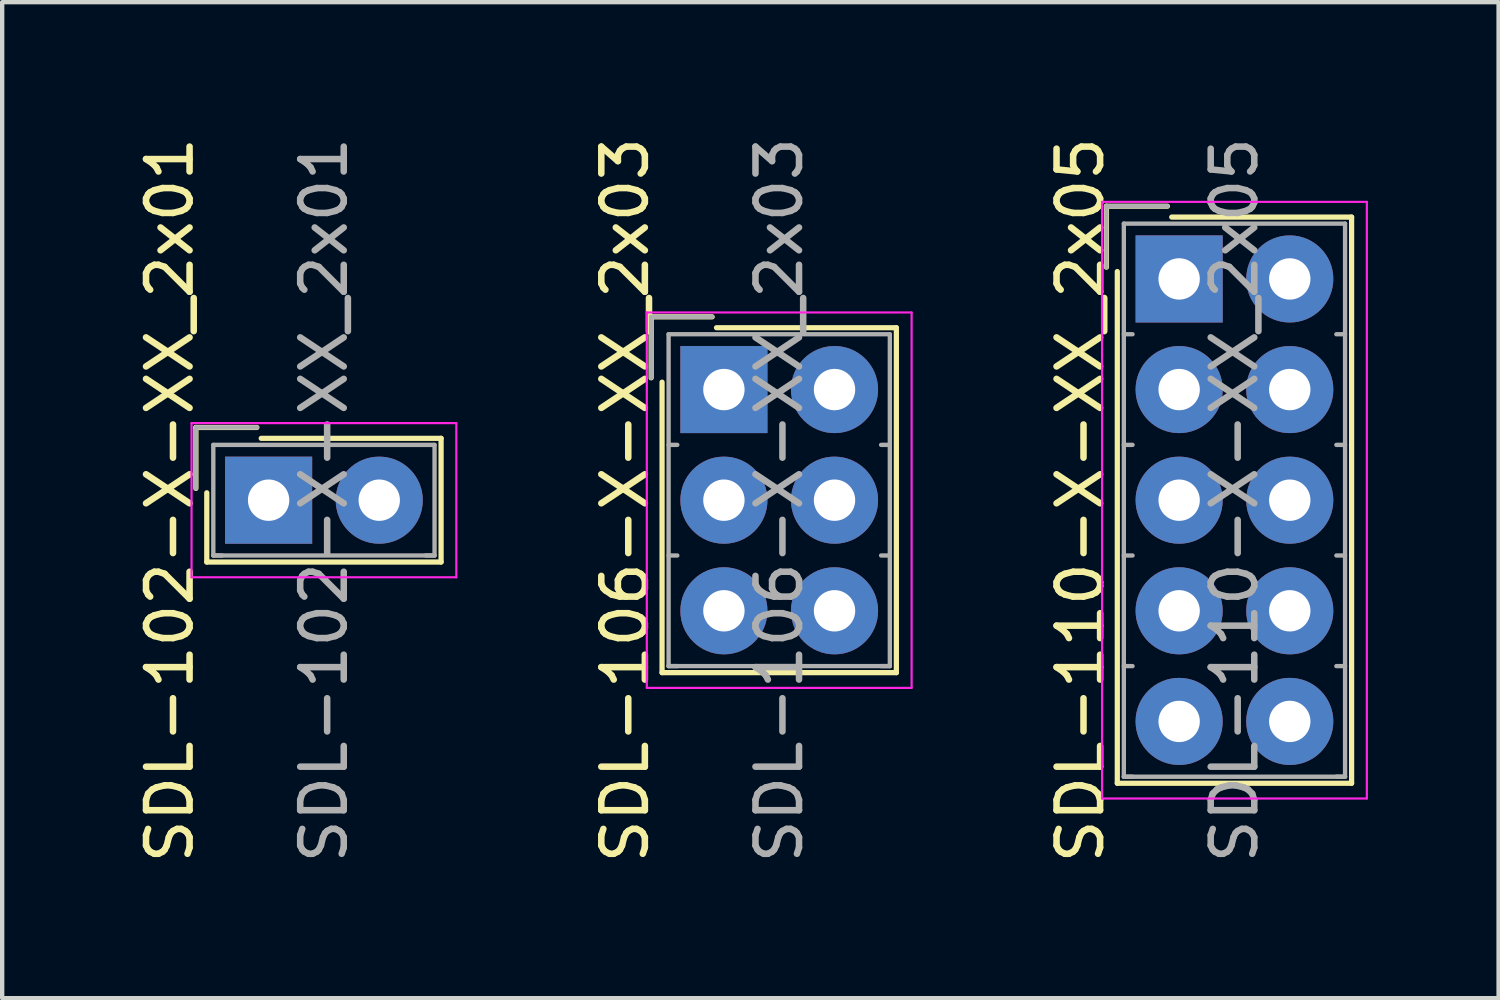
<source format=kicad_pcb>
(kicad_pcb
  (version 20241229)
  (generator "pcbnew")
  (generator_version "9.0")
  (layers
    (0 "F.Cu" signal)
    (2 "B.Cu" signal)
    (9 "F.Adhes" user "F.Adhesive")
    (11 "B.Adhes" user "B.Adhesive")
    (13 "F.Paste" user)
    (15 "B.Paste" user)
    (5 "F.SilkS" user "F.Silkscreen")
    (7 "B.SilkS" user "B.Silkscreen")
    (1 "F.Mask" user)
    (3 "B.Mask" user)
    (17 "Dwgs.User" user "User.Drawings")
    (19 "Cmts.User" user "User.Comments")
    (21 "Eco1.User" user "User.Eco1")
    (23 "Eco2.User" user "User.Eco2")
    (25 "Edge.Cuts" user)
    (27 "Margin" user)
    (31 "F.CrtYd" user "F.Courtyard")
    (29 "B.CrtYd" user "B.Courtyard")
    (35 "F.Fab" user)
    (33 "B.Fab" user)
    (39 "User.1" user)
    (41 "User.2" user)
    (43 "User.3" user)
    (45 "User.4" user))
  (footprint "SDL-110-X-XX_2x05"
    (layer "F.Cu")
    (at 24.025 3.355)
    (property "Reference" "SDL-110-X-XX_2x05" (at -2.27 5.08 90) (layer "F.SilkS") (effects (font (size 1 1) (thickness 0.15))))
    (attr through_hole)
    (fp_line (start -1.67 -1.67) (end -1.67 -0.27) (stroke (width 0.12) (type solid)) (layer "F.SilkS"))
    (fp_line (start -1.42 11.58) (end -1.42 -0.17) (stroke (width 0.12) (type solid)) (layer "F.SilkS"))
    (fp_line (start -0.27 -1.67) (end -1.67 -1.67) (stroke (width 0.12) (type solid)) (layer "F.SilkS"))
    (fp_line (start -0.17 -1.42) (end 3.96 -1.42) (stroke (width 0.12) (type solid)) (layer "F.SilkS"))
    (fp_line (start 3.96 -1.42) (end 3.96 11.58) (stroke (width 0.12) (type solid)) (layer "F.SilkS"))
    (fp_line (start 3.96 11.58) (end -1.42 11.58) (stroke (width 0.12) (type solid)) (layer "F.SilkS"))
    (fp_line (start -1.77 -1.77) (end -1.77 11.93) (stroke (width 0.05) (type solid)) (layer "F.CrtYd"))
    (fp_line (start -1.77 11.93) (end 4.31 11.93) (stroke (width 0.05) (type solid)) (layer "F.CrtYd"))
    (fp_line (start 4.31 -1.77) (end -1.77 -1.77) (stroke (width 0.05) (type solid)) (layer "F.CrtYd"))
    (fp_line (start 4.31 11.93) (end 4.31 -1.77) (stroke (width 0.05) (type solid)) (layer "F.CrtYd"))
    (fp_line (start -1.67 -1.67) (end -1.67 -0.27) (stroke (width 0.1) (type solid)) (layer "F.Fab"))
    (fp_line (start -1.27 -1.27) (end -1.27 11.43) (stroke (width 0.1) (type solid)) (layer "F.Fab"))
    (fp_line (start -1.27 1.27) (end -1.07 1.27) (stroke (width 0.1) (type solid)) (layer "F.Fab"))
    (fp_line (start -1.27 3.81) (end -1.07 3.81) (stroke (width 0.1) (type solid)) (layer "F.Fab"))
    (fp_line (start -1.27 6.35) (end -1.07 6.35) (stroke (width 0.1) (type solid)) (layer "F.Fab"))
    (fp_line (start -1.27 8.89) (end -1.07 8.89) (stroke (width 0.1) (type solid)) (layer "F.Fab"))
    (fp_line (start -1.27 11.43) (end -1.07 11.43) (stroke (width 0.1) (type solid)) (layer "F.Fab"))
    (fp_line (start -1.27 11.43) (end 3.81 11.43) (stroke (width 0.1) (type solid)) (layer "F.Fab"))
    (fp_line (start -0.27 -1.67) (end -1.67 -1.67) (stroke (width 0.1) (type solid)) (layer "F.Fab"))
    (fp_line (start 3.81 -1.27) (end -1.27 -1.27) (stroke (width 0.1) (type solid)) (layer "F.Fab"))
    (fp_line (start 3.81 1.27) (end 3.61 1.27) (stroke (width 0.1) (type solid)) (layer "F.Fab"))
    (fp_line (start 3.81 3.81) (end 3.61 3.81) (stroke (width 0.1) (type solid)) (layer "F.Fab"))
    (fp_line (start 3.81 6.35) (end 3.61 6.35) (stroke (width 0.1) (type solid)) (layer "F.Fab"))
    (fp_line (start 3.81 8.89) (end 3.61 8.89) (stroke (width 0.1) (type solid)) (layer "F.Fab"))
    (fp_line (start 3.81 11.43) (end 3.61 11.43) (stroke (width 0.1) (type solid)) (layer "F.Fab"))
    (fp_line (start 3.81 11.43) (end 3.81 -1.27) (stroke (width 0.1) (type solid)) (layer "F.Fab"))
    (fp_text user "${REFERENCE}" (at 1.27 5.08 90) (layer "F.Fab") (effects (font (size 1 1) (thickness 0.15))))
    (pad "1" thru_hole rect (at 0 0) (size 2 2) (drill 0.95) (layers "*.Cu" "*.Mask"))
    (pad "2" thru_hole circle (at 2.54 0) (size 2 2) (drill 0.95) (layers "*.Cu" "*.Mask"))
    (pad "3" thru_hole circle (at 0 2.54) (size 2 2) (drill 0.95) (layers "*.Cu" "*.Mask"))
    (pad "4" thru_hole circle (at 2.54 2.54) (size 2 2) (drill 0.95) (layers "*.Cu" "*.Mask"))
    (pad "5" thru_hole circle (at 0 5.08) (size 2 2) (drill 0.95) (layers "*.Cu" "*.Mask"))
    (pad "6" thru_hole circle (at 2.54 5.08) (size 2 2) (drill 0.95) (layers "*.Cu" "*.Mask"))
    (pad "7" thru_hole circle (at 0 7.62) (size 2 2) (drill 0.95) (layers "*.Cu" "*.Mask"))
    (pad "8" thru_hole circle (at 2.54 7.62) (size 2 2) (drill 0.95) (layers "*.Cu" "*.Mask"))
    (pad "9" thru_hole circle (at 0 10.16) (size 2 2) (drill 0.95) (layers "*.Cu" "*.Mask"))
    (pad "10" thru_hole circle (at 2.54 10.16) (size 2 2) (drill 0.95) (layers "*.Cu" "*.Mask")))
  (footprint "SDL-106-X-XX_2x03"
    (layer "F.Cu")
    (at 13.572 5.895)
    (property "Reference" "SDL-106-X-XX_2x03" (at -2.27 2.54 90) (layer "F.SilkS") (effects (font (size 1 1) (thickness 0.15))))
    (attr through_hole)
    (fp_line (start -1.67 -1.67) (end -1.67 -0.27) (stroke (width 0.12) (type solid)) (layer "F.SilkS"))
    (fp_line (start -1.42 6.5) (end -1.42 -0.17) (stroke (width 0.12) (type solid)) (layer "F.SilkS"))
    (fp_line (start -0.27 -1.67) (end -1.67 -1.67) (stroke (width 0.12) (type solid)) (layer "F.SilkS"))
    (fp_line (start -0.17 -1.42) (end 3.96 -1.42) (stroke (width 0.12) (type solid)) (layer "F.SilkS"))
    (fp_line (start 3.96 -1.42) (end 3.96 6.5) (stroke (width 0.12) (type solid)) (layer "F.SilkS"))
    (fp_line (start 3.96 6.5) (end -1.42 6.5) (stroke (width 0.12) (type solid)) (layer "F.SilkS"))
    (fp_line (start -1.77 -1.77) (end -1.77 6.85) (stroke (width 0.05) (type solid)) (layer "F.CrtYd"))
    (fp_line (start -1.77 6.85) (end 4.31 6.85) (stroke (width 0.05) (type solid)) (layer "F.CrtYd"))
    (fp_line (start 4.31 -1.77) (end -1.77 -1.77) (stroke (width 0.05) (type solid)) (layer "F.CrtYd"))
    (fp_line (start 4.31 6.85) (end 4.31 -1.77) (stroke (width 0.05) (type solid)) (layer "F.CrtYd"))
    (fp_line (start -1.67 -1.67) (end -1.67 -0.27) (stroke (width 0.1) (type solid)) (layer "F.Fab"))
    (fp_line (start -1.27 -1.27) (end -1.27 6.35) (stroke (width 0.1) (type solid)) (layer "F.Fab"))
    (fp_line (start -1.27 1.27) (end -1.07 1.27) (stroke (width 0.1) (type solid)) (layer "F.Fab"))
    (fp_line (start -1.27 3.81) (end -1.07 3.81) (stroke (width 0.1) (type solid)) (layer "F.Fab"))
    (fp_line (start -1.27 6.35) (end -1.07 6.35) (stroke (width 0.1) (type solid)) (layer "F.Fab"))
    (fp_line (start -1.27 6.35) (end 3.81 6.35) (stroke (width 0.1) (type solid)) (layer "F.Fab"))
    (fp_line (start -0.27 -1.67) (end -1.67 -1.67) (stroke (width 0.1) (type solid)) (layer "F.Fab"))
    (fp_line (start 3.81 -1.27) (end -1.27 -1.27) (stroke (width 0.1) (type solid)) (layer "F.Fab"))
    (fp_line (start 3.81 1.27) (end 3.61 1.27) (stroke (width 0.1) (type solid)) (layer "F.Fab"))
    (fp_line (start 3.81 3.81) (end 3.61 3.81) (stroke (width 0.1) (type solid)) (layer "F.Fab"))
    (fp_line (start 3.81 6.35) (end 3.61 6.35) (stroke (width 0.1) (type solid)) (layer "F.Fab"))
    (fp_line (start 3.81 6.35) (end 3.81 -1.27) (stroke (width 0.1) (type solid)) (layer "F.Fab"))
    (fp_text user "${REFERENCE}" (at 1.27 2.54 90) (layer "F.Fab") (effects (font (size 1 1) (thickness 0.15))))
    (pad "1" thru_hole rect (at 0 0) (size 2 2) (drill 0.95) (layers "*.Cu" "*.Mask"))
    (pad "2" thru_hole circle (at 2.54 0) (size 2 2) (drill 0.95) (layers "*.Cu" "*.Mask"))
    (pad "3" thru_hole circle (at 0 2.54) (size 2 2) (drill 0.95) (layers "*.Cu" "*.Mask"))
    (pad "4" thru_hole circle (at 2.54 2.54) (size 2 2) (drill 0.95) (layers "*.Cu" "*.Mask"))
    (pad "5" thru_hole circle (at 0 5.08) (size 2 2) (drill 0.95) (layers "*.Cu" "*.Mask"))
    (pad "6" thru_hole circle (at 2.54 5.08) (size 2 2) (drill 0.95) (layers "*.Cu" "*.Mask")))
  (footprint "SDL-102-X-XX_2x01"
    (layer "F.Cu")
    (at 3.118 8.435)
    (property "Reference" "SDL-102-X-XX_2x01" (at -2.27 0 90) (layer "F.SilkS") (effects (font (size 1 1) (thickness 0.15))))
    (attr through_hole)
    (fp_line (start -1.67 -1.67) (end -1.67 -0.27) (stroke (width 0.12) (type solid)) (layer "F.SilkS"))
    (fp_line (start -1.42 1.42) (end -1.42 -0.17) (stroke (width 0.12) (type solid)) (layer "F.SilkS"))
    (fp_line (start -0.27 -1.67) (end -1.67 -1.67) (stroke (width 0.12) (type solid)) (layer "F.SilkS"))
    (fp_line (start -0.17 -1.42) (end 3.96 -1.42) (stroke (width 0.12) (type solid)) (layer "F.SilkS"))
    (fp_line (start 3.96 -1.42) (end 3.96 1.42) (stroke (width 0.12) (type solid)) (layer "F.SilkS"))
    (fp_line (start 3.96 1.42) (end -1.42 1.42) (stroke (width 0.12) (type solid)) (layer "F.SilkS"))
    (fp_line (start -1.77 -1.77) (end -1.77 1.77) (stroke (width 0.05) (type solid)) (layer "F.CrtYd"))
    (fp_line (start -1.77 1.77) (end 4.31 1.77) (stroke (width 0.05) (type solid)) (layer "F.CrtYd"))
    (fp_line (start 4.31 -1.77) (end -1.77 -1.77) (stroke (width 0.05) (type solid)) (layer "F.CrtYd"))
    (fp_line (start 4.31 1.77) (end 4.31 -1.77) (stroke (width 0.05) (type solid)) (layer "F.CrtYd"))
    (fp_line (start -1.67 -1.67) (end -1.67 -0.27) (stroke (width 0.1) (type solid)) (layer "F.Fab"))
    (fp_line (start -1.27 -1.27) (end -1.27 1.27) (stroke (width 0.1) (type solid)) (layer "F.Fab"))
    (fp_line (start -1.27 1.27) (end -1.07 1.27) (stroke (width 0.1) (type solid)) (layer "F.Fab"))
    (fp_line (start -1.27 1.27) (end 3.81 1.27) (stroke (width 0.1) (type solid)) (layer "F.Fab"))
    (fp_line (start -0.27 -1.67) (end -1.67 -1.67) (stroke (width 0.1) (type solid)) (layer "F.Fab"))
    (fp_line (start 3.81 -1.27) (end -1.27 -1.27) (stroke (width 0.1) (type solid)) (layer "F.Fab"))
    (fp_line (start 3.81 1.27) (end 3.61 1.27) (stroke (width 0.1) (type solid)) (layer "F.Fab"))
    (fp_line (start 3.81 1.27) (end 3.81 -1.27) (stroke (width 0.1) (type solid)) (layer "F.Fab"))
    (fp_text user "${REFERENCE}" (at 1.27 0 90) (layer "F.Fab") (effects (font (size 1 1) (thickness 0.15))))
    (pad "1" thru_hole rect (at 0 0) (size 2 2) (drill 0.95) (layers "*.Cu" "*.Mask"))
    (pad "2" thru_hole circle (at 2.54 0) (size 2 2) (drill 0.95) (layers "*.Cu" "*.Mask")))
  (gr_rect
    (start -3 -3)
    (end 31.36 19.869)
    (stroke (width 0.1) (type default))
    (fill no)
    (layer "Edge.Cuts")))
</source>
